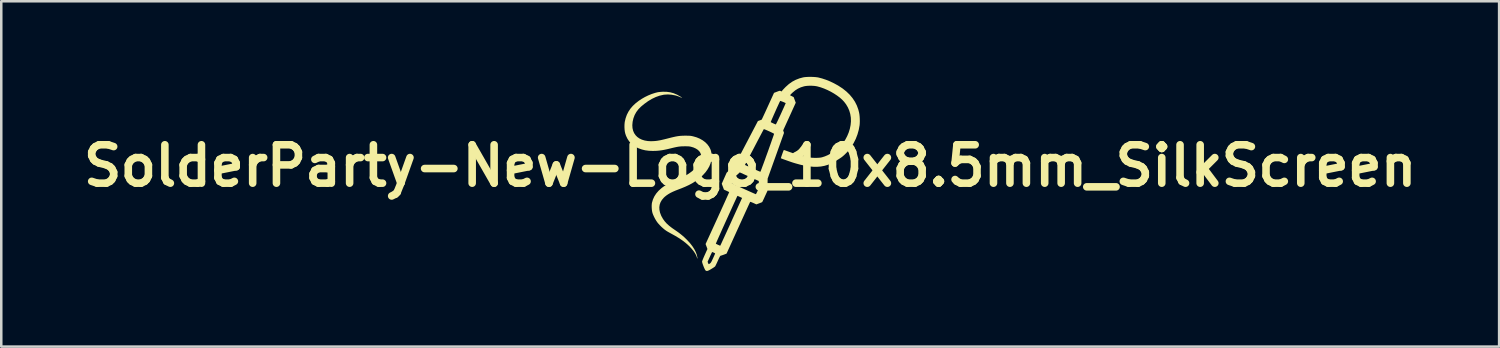
<source format=kicad_pcb>
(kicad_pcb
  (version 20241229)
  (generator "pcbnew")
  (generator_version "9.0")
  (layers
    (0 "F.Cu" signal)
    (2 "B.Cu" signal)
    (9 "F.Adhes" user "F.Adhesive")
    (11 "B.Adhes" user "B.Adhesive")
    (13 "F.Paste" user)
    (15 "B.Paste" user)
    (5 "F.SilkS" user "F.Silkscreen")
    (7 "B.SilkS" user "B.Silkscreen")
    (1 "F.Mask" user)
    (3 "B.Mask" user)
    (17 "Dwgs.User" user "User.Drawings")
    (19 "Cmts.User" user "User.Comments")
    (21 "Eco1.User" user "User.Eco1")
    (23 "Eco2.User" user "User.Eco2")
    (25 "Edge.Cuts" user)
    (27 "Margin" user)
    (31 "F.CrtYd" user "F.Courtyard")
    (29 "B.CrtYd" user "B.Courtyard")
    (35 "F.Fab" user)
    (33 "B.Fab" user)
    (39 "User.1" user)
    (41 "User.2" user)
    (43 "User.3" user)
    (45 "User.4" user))
  (footprint "SolderParty-New-Logo_10x8.5mm_SilkScreen"
    (layer "F.Cu")
    (at 26.714 3.528)
    (property "Reference" "SolderParty-New-Logo_10x8.5mm_SilkScreen" (at 0 0 0) (layer "F.SilkS") (effects (font (size 1.524 1.524) (thickness 0.3))))
    (attr through_hole)
    (fp_poly (pts (xy -3.319 -2.936) (xy -3.177 -2.917) (xy -3.04 -2.88) (xy -2.906 -2.824) (xy -2.773 -2.749) (xy -2.768 -2.745) (xy -2.729 -2.719) (xy -2.707 -2.703) (xy -2.702 -2.696) (xy -2.715 -2.698) (xy -2.737 -2.707) (xy -2.801 -2.734) (xy -2.852 -2.755) (xy -2.896 -2.77) (xy -2.938 -2.783) (xy -2.966 -2.791) (xy -3.118 -2.82) (xy -3.265 -2.831) (xy -3.408 -2.822) (xy -3.446 -2.816) (xy -3.598 -2.781) (xy -3.749 -2.727) (xy -3.9 -2.655) (xy -4.052 -2.564) (xy -4.205 -2.453) (xy -4.333 -2.347) (xy -4.434 -2.245) (xy -4.518 -2.134) (xy -4.585 -2.013) (xy -4.634 -1.882) (xy -4.666 -1.742) (xy -4.666 -1.736) (xy -4.677 -1.612) (xy -4.67 -1.498) (xy -4.646 -1.394) (xy -4.607 -1.3) (xy -4.551 -1.217) (xy -4.481 -1.145) (xy -4.396 -1.085) (xy -4.298 -1.038) (xy -4.186 -1.003) (xy -4.062 -0.982) (xy -3.927 -0.975) (xy -3.802 -0.981) (xy -3.743 -0.986) (xy -3.684 -0.994) (xy -3.624 -1.004) (xy -3.558 -1.016) (xy -3.483 -1.033) (xy -3.398 -1.053) (xy -3.298 -1.078) (xy -3.24 -1.093) (xy -3.13 -1.121) (xy -3.036 -1.143) (xy -2.954 -1.161) (xy -2.88 -1.174) (xy -2.81 -1.184) (xy -2.741 -1.19) (xy -2.67 -1.193) (xy -2.593 -1.195) (xy -2.57 -1.195) (xy -2.499 -1.194) (xy -2.444 -1.193) (xy -2.4 -1.191) (xy -2.363 -1.188) (xy -2.327 -1.182) (xy -2.289 -1.174) (xy -2.262 -1.168) (xy -2.124 -1.128) (xy -1.998 -1.075) (xy -1.884 -1.01) (xy -1.784 -0.935) (xy -1.699 -0.85) (xy -1.63 -0.756) (xy -1.578 -0.654) (xy -1.556 -0.59) (xy -1.531 -0.469) (xy -1.526 -0.347) (xy -1.539 -0.225) (xy -1.571 -0.102) (xy -1.62 0.019) (xy -1.688 0.138) (xy -1.771 0.254) (xy -1.872 0.366) (xy -1.988 0.474) (xy -2.119 0.576) (xy -2.266 0.672) (xy -2.301 0.693) (xy -2.428 0.761) (xy -2.574 0.829) (xy -2.736 0.896) (xy -2.825 0.93) (xy -2.954 0.98) (xy -3.066 1.028) (xy -3.163 1.075) (xy -3.247 1.124) (xy -3.321 1.174) (xy -3.388 1.228) (xy -3.431 1.269) (xy -3.503 1.354) (xy -3.557 1.445) (xy -3.591 1.541) (xy -3.606 1.642) (xy -3.601 1.747) (xy -3.578 1.857) (xy -3.535 1.971) (xy -3.518 2.006) (xy -3.461 2.107) (xy -3.393 2.201) (xy -3.313 2.291) (xy -3.218 2.377) (xy -3.107 2.463) (xy -3.039 2.511) (xy -2.932 2.584) (xy -2.84 2.649) (xy -2.759 2.712) (xy -2.685 2.773) (xy -2.614 2.835) (xy -2.544 2.903) (xy -2.48 2.968) (xy -2.378 3.081) (xy -2.29 3.196) (xy -2.217 3.309) (xy -2.16 3.421) (xy -2.12 3.528) (xy -2.097 3.629) (xy -2.097 3.634) (xy -2.094 3.663) (xy -2.095 3.68) (xy -2.099 3.681) (xy -2.105 3.669) (xy -2.11 3.652) (xy -2.118 3.625) (xy -2.12 3.616) (xy -2.149 3.544) (xy -2.193 3.465) (xy -2.251 3.38) (xy -2.32 3.294) (xy -2.399 3.208) (xy -2.432 3.175) (xy -2.547 3.072) (xy -2.672 2.974) (xy -2.81 2.879) (xy -2.965 2.785) (xy -3.1 2.71) (xy -3.157 2.679) (xy -3.216 2.646) (xy -3.271 2.615) (xy -3.316 2.588) (xy -3.329 2.579) (xy -3.389 2.537) (xy -3.455 2.482) (xy -3.524 2.42) (xy -3.59 2.353) (xy -3.649 2.288) (xy -3.686 2.242) (xy -3.73 2.177) (xy -3.775 2.101) (xy -3.816 2.021) (xy -3.851 1.943) (xy -3.877 1.873) (xy -3.88 1.861) (xy -3.894 1.798) (xy -3.903 1.724) (xy -3.908 1.645) (xy -3.908 1.569) (xy -3.903 1.501) (xy -3.897 1.465) (xy -3.859 1.336) (xy -3.803 1.214) (xy -3.728 1.099) (xy -3.634 0.99) (xy -3.522 0.889) (xy -3.505 0.875) (xy -3.447 0.832) (xy -3.39 0.792) (xy -3.332 0.756) (xy -3.269 0.721) (xy -3.198 0.686) (xy -3.115 0.648) (xy -3.018 0.606) (xy -2.97 0.586) (xy -2.782 0.503) (xy -2.614 0.417) (xy -2.465 0.329) (xy -2.335 0.237) (xy -2.222 0.143) (xy -2.128 0.045) (xy -2.105 0.017) (xy -2.036 -0.08) (xy -1.986 -0.174) (xy -1.955 -0.264) (xy -1.943 -0.35) (xy -1.949 -0.431) (xy -1.974 -0.505) (xy -2.017 -0.573) (xy -2.078 -0.633) (xy -2.156 -0.684) (xy -2.251 -0.727) (xy -2.335 -0.752) (xy -2.373 -0.761) (xy -2.41 -0.767) (xy -2.448 -0.771) (xy -2.495 -0.773) (xy -2.553 -0.774) (xy -2.595 -0.774) (xy -2.665 -0.773) (xy -2.728 -0.771) (xy -2.787 -0.766) (xy -2.846 -0.759) (xy -2.91 -0.748) (xy -2.982 -0.733) (xy -3.065 -0.714) (xy -3.158 -0.691) (xy -3.292 -0.659) (xy -3.41 -0.634) (xy -3.519 -0.615) (xy -3.621 -0.602) (xy -3.721 -0.594) (xy -3.823 -0.591) (xy -3.864 -0.59) (xy -4.021 -0.596) (xy -4.166 -0.615) (xy -4.3 -0.648) (xy -4.429 -0.694) (xy -4.495 -0.725) (xy -4.612 -0.793) (xy -4.713 -0.873) (xy -4.799 -0.966) (xy -4.87 -1.072) (xy -4.927 -1.191) (xy -4.956 -1.277) (xy -4.973 -1.351) (xy -4.984 -1.438) (xy -4.989 -1.531) (xy -4.988 -1.624) (xy -4.981 -1.71) (xy -4.976 -1.746) (xy -4.942 -1.89) (xy -4.894 -2.024) (xy -4.831 -2.148) (xy -4.753 -2.265) (xy -4.659 -2.375) (xy -4.547 -2.48) (xy -4.417 -2.581) (xy -4.305 -2.655) (xy -4.18 -2.727) (xy -4.045 -2.793) (xy -3.907 -2.849) (xy -3.771 -2.893) (xy -3.68 -2.916) (xy -3.64 -2.923) (xy -3.587 -2.929) (xy -3.528 -2.934) (xy -3.47 -2.938) (xy -3.469 -2.938)) (stroke (width 0) (type solid)) (fill yes) (layer "F.SilkS"))
    (fp_poly (pts (xy 2.507 -3.525) (xy 2.592 -3.519) (xy 2.667 -3.51) (xy 2.705 -3.503) (xy 2.852 -3.465) (xy 3.008 -3.413) (xy 3.167 -3.349) (xy 3.325 -3.273) (xy 3.478 -3.189) (xy 3.502 -3.175) (xy 3.669 -3.065) (xy 3.818 -2.946) (xy 3.949 -2.819) (xy 4.061 -2.684) (xy 4.156 -2.541) (xy 4.232 -2.39) (xy 4.29 -2.23) (xy 4.32 -2.113) (xy 4.333 -2.039) (xy 4.342 -1.953) (xy 4.347 -1.86) (xy 4.349 -1.766) (xy 4.346 -1.679) (xy 4.341 -1.614) (xy 4.308 -1.431) (xy 4.257 -1.248) (xy 4.189 -1.07) (xy 4.103 -0.899) (xy 4.003 -0.737) (xy 3.936 -0.647) (xy 3.884 -0.584) (xy 3.823 -0.519) (xy 3.759 -0.455) (xy 3.696 -0.397) (xy 3.639 -0.35) (xy 3.627 -0.341) (xy 3.579 -0.308) (xy 3.519 -0.269) (xy 3.453 -0.228) (xy 3.383 -0.186) (xy 3.316 -0.148) (xy 3.256 -0.115) (xy 3.207 -0.091) (xy 3.205 -0.09) (xy 3.076 -0.037) (xy 2.944 0.002) (xy 2.806 0.028) (xy 2.661 0.04) (xy 2.509 0.039) (xy 2.347 0.025) (xy 2.175 -0.002) (xy 1.992 -0.043) (xy 1.795 -0.097) (xy 1.735 -0.115) (xy 1.69 -0.129) (xy 1.636 -0.147) (xy 1.576 -0.168) (xy 1.512 -0.19) (xy 1.448 -0.213) (xy 1.386 -0.235) (xy 1.33 -0.255) (xy 1.282 -0.273) (xy 1.245 -0.287) (xy 1.223 -0.297) (xy 1.217 -0.3) (xy 1.219 -0.31) (xy 1.226 -0.335) (xy 1.238 -0.372) (xy 1.253 -0.416) (xy 1.27 -0.464) (xy 1.287 -0.512) (xy 1.303 -0.556) (xy 1.318 -0.592) (xy 1.329 -0.618) (xy 1.334 -0.628) (xy 1.344 -0.625) (xy 1.37 -0.617) (xy 1.408 -0.604) (xy 1.457 -0.586) (xy 1.512 -0.566) (xy 1.515 -0.565) (xy 1.698 -0.5) (xy 1.867 -0.445) (xy 2.025 -0.4) (xy 2.177 -0.363) (xy 2.295 -0.339) (xy 2.373 -0.327) (xy 2.459 -0.319) (xy 2.549 -0.315) (xy 2.638 -0.315) (xy 2.721 -0.319) (xy 2.794 -0.326) (xy 2.852 -0.338) (xy 2.852 -0.338) (xy 2.963 -0.374) (xy 3.076 -0.422) (xy 3.193 -0.484) (xy 3.318 -0.56) (xy 3.381 -0.602) (xy 3.494 -0.69) (xy 3.598 -0.794) (xy 3.692 -0.912) (xy 3.776 -1.041) (xy 3.848 -1.178) (xy 3.908 -1.321) (xy 3.953 -1.468) (xy 3.983 -1.616) (xy 3.997 -1.762) (xy 3.993 -1.905) (xy 3.992 -1.915) (xy 3.969 -2.058) (xy 3.93 -2.191) (xy 3.875 -2.317) (xy 3.803 -2.439) (xy 3.726 -2.54) (xy 3.648 -2.623) (xy 3.553 -2.707) (xy 3.445 -2.788) (xy 3.325 -2.867) (xy 3.198 -2.94) (xy 3.066 -3.006) (xy 2.932 -3.064) (xy 2.799 -3.112) (xy 2.671 -3.148) (xy 2.625 -3.158) (xy 2.55 -3.169) (xy 2.465 -3.175) (xy 2.376 -3.177) (xy 2.288 -3.174) (xy 2.207 -3.166) (xy 2.14 -3.154) (xy 2.136 -3.153) (xy 2.01 -3.114) (xy 1.895 -3.061) (xy 1.787 -2.993) (xy 1.684 -2.907) (xy 1.666 -2.891) (xy 1.632 -2.857) (xy 1.605 -2.829) (xy 1.587 -2.809) (xy 1.58 -2.8) (xy 1.58 -2.8) (xy 1.591 -2.794) (xy 1.615 -2.781) (xy 1.647 -2.765) (xy 1.654 -2.761) (xy 1.724 -2.726) (xy 1.807 -2.502) (xy 1.558 -1.954) (xy 1.308 -1.406) (xy 1.341 -1.306) (xy 1.017 -0.398) (xy 0.692 0.509) (xy 0.688 0.752) (xy 0.685 0.995) (xy 0.585 1.21) (xy 0.557 1.272) (xy 0.531 1.327) (xy 0.509 1.374) (xy 0.492 1.409) (xy 0.481 1.431) (xy 0.478 1.437) (xy 0.466 1.444) (xy 0.439 1.457) (xy 0.401 1.472) (xy 0.357 1.489) (xy 0.244 1.531) (xy 0.125 1.476) (xy 0.071 1.453) (xy 0.034 1.438) (xy 0.01 1.431) (xy -0.002 1.432) (xy -0.003 1.434) (xy -0.008 1.444) (xy -0.021 1.472) (xy -0.041 1.515) (xy -0.068 1.573) (xy -0.101 1.645) (xy -0.139 1.729) (xy -0.183 1.824) (xy -0.231 1.93) (xy -0.283 2.044) (xy -0.338 2.165) (xy -0.397 2.294) (xy -0.457 2.427) (xy -0.475 2.465) (xy -0.938 3.484) (xy -1.041 3.524) (xy -1.086 3.54) (xy -1.126 3.553) (xy -1.156 3.563) (xy -1.169 3.566) (xy -1.178 3.569) (xy -1.187 3.577) (xy -1.199 3.593) (xy -1.213 3.618) (xy -1.232 3.655) (xy -1.256 3.707) (xy -1.284 3.768) (xy -1.311 3.828) (xy -1.337 3.883) (xy -1.359 3.929) (xy -1.377 3.965) (xy -1.388 3.986) (xy -1.39 3.99) (xy -1.404 4.002) (xy -1.431 4.022) (xy -1.469 4.048) (xy -1.514 4.076) (xy -1.539 4.091) (xy -1.601 4.128) (xy -1.65 4.153) (xy -1.688 4.168) (xy -1.719 4.173) (xy -1.743 4.169) (xy -1.766 4.156) (xy -1.774 4.149) (xy -1.787 4.131) (xy -1.804 4.099) (xy -1.824 4.055) (xy -1.845 4.005) (xy -1.865 3.952) (xy -1.884 3.901) (xy -1.898 3.856) (xy -1.907 3.82) (xy -1.909 3.806) (xy -1.69 3.806) (xy -1.673 3.854) (xy -1.661 3.881) (xy -1.65 3.898) (xy -1.645 3.901) (xy -1.631 3.896) (xy -1.608 3.882) (xy -1.595 3.873) (xy -1.58 3.862) (xy -1.567 3.848) (xy -1.553 3.828) (xy -1.537 3.8) (xy -1.517 3.761) (xy -1.493 3.708) (xy -1.473 3.666) (xy -1.448 3.611) (xy -1.426 3.561) (xy -1.408 3.521) (xy -1.396 3.492) (xy -1.391 3.479) (xy -1.39 3.478) (xy -1.398 3.471) (xy -1.419 3.459) (xy -1.447 3.445) (xy -1.475 3.433) (xy -1.498 3.424) (xy -1.508 3.421) (xy -1.515 3.43) (xy -1.528 3.454) (xy -1.546 3.492) (xy -1.569 3.539) (xy -1.594 3.594) (xy -1.603 3.614) (xy -1.69 3.806) (xy -1.909 3.806) (xy -1.91 3.801) (xy -1.906 3.784) (xy -1.894 3.751) (xy -1.876 3.705) (xy -1.853 3.649) (xy -1.825 3.585) (xy -1.803 3.536) (xy -1.697 3.301) (xy -1.733 3.203) (xy -1.77 3.104) (xy -1.764 3.091) (xy -1.363 3.091) (xy -1.351 3.098) (xy -1.326 3.111) (xy -1.294 3.126) (xy -1.259 3.142) (xy -1.226 3.157) (xy -1.201 3.167) (xy -1.189 3.171) (xy -1.185 3.162) (xy -1.172 3.136) (xy -1.152 3.095) (xy -1.126 3.038) (xy -1.094 2.968) (xy -1.056 2.886) (xy -1.013 2.793) (xy -0.966 2.69) (xy -0.915 2.579) (xy -0.861 2.46) (xy -0.803 2.334) (xy -0.753 2.223) (xy -0.322 1.276) (xy -0.412 1.233) (xy -0.451 1.215) (xy -0.481 1.201) (xy -0.501 1.194) (xy -0.505 1.193) (xy -0.511 1.204) (xy -0.525 1.232) (xy -0.545 1.275) (xy -0.571 1.332) (xy -0.603 1.401) (xy -0.64 1.48) (xy -0.68 1.569) (xy -0.724 1.666) (xy -0.771 1.769) (xy -0.82 1.877) (xy -0.871 1.989) (xy -0.922 2.102) (xy -0.974 2.216) (xy -1.025 2.329) (xy -1.075 2.439) (xy -1.123 2.546) (xy -1.168 2.647) (xy -1.21 2.742) (xy -1.249 2.828) (xy -1.283 2.905) (xy -1.312 2.97) (xy -1.335 3.023) (xy -1.352 3.062) (xy -1.361 3.085) (xy -1.363 3.091) (xy -1.764 3.091) (xy -1.299 2.076) (xy -1.238 1.941) (xy -1.178 1.811) (xy -1.122 1.687) (xy -1.069 1.571) (xy -1.02 1.463) (xy -0.976 1.365) (xy -0.937 1.277) (xy -0.903 1.202) (xy -0.875 1.14) (xy -0.854 1.092) (xy -0.841 1.06) (xy -0.834 1.044) (xy -0.834 1.043) (xy -0.845 1.037) (xy -0.87 1.025) (xy -0.905 1.008) (xy -0.941 0.991) (xy -1.042 0.945) (xy -1.129 0.711) (xy -1.122 0.696) (xy -0.726 0.696) (xy -0.726 0.698) (xy -0.715 0.704) (xy -0.688 0.717) (xy -0.647 0.736) (xy -0.595 0.761) (xy -0.532 0.789) (xy -0.462 0.821) (xy -0.386 0.856) (xy -0.307 0.892) (xy -0.226 0.928) (xy -0.146 0.964) (xy -0.069 0.999) (xy 0.004 1.031) (xy 0.07 1.061) (xy 0.127 1.086) (xy 0.172 1.106) (xy 0.205 1.119) (xy 0.222 1.126) (xy 0.225 1.127) (xy 0.232 1.117) (xy 0.246 1.093) (xy 0.264 1.057) (xy 0.285 1.014) (xy 0.287 1.01) (xy 0.339 0.895) (xy 0.34 0.749) (xy 0.34 0.603) (xy 0.113 0.5) (xy 0.039 0.467) (xy -0.039 0.431) (xy -0.116 0.396) (xy -0.187 0.364) (xy -0.247 0.337) (xy -0.264 0.329) (xy -0.414 0.261) (xy -0.511 0.351) (xy -0.548 0.385) (xy -0.58 0.415) (xy -0.604 0.439) (xy -0.617 0.452) (xy -0.618 0.453) (xy -0.627 0.468) (xy -0.642 0.496) (xy -0.659 0.532) (xy -0.677 0.573) (xy -0.695 0.614) (xy -0.71 0.651) (xy -0.721 0.679) (xy -0.726 0.696) (xy -1.122 0.696) (xy -1.032 0.493) (xy -0.935 0.275) (xy -0.622 -0.034) (xy -0.209 -0.034) (xy 0.093 0.103) (xy 0.166 0.135) (xy 0.232 0.165) (xy 0.291 0.191) (xy 0.34 0.212) (xy 0.377 0.227) (xy 0.399 0.235) (xy 0.405 0.237) (xy 0.409 0.227) (xy 0.42 0.2) (xy 0.437 0.157) (xy 0.459 0.099) (xy 0.485 0.028) (xy 0.516 -0.054) (xy 0.55 -0.147) (xy 0.587 -0.248) (xy 0.626 -0.358) (xy 0.668 -0.473) (xy 0.682 -0.511) (xy 0.724 -0.628) (xy 0.763 -0.739) (xy 0.801 -0.844) (xy 0.835 -0.941) (xy 0.865 -1.028) (xy 0.892 -1.104) (xy 0.914 -1.167) (xy 0.931 -1.216) (xy 0.942 -1.25) (xy 0.947 -1.267) (xy 0.947 -1.269) (xy 0.938 -1.276) (xy 0.913 -1.291) (xy 0.877 -1.309) (xy 0.832 -1.331) (xy 0.782 -1.355) (xy 0.729 -1.379) (xy 0.677 -1.402) (xy 0.629 -1.423) (xy 0.589 -1.439) (xy 0.558 -1.45) (xy 0.542 -1.454) (xy 0.54 -1.454) (xy 0.534 -1.444) (xy 0.52 -1.417) (xy 0.498 -1.376) (xy 0.469 -1.322) (xy 0.434 -1.255) (xy 0.393 -1.178) (xy 0.348 -1.092) (xy 0.298 -0.998) (xy 0.246 -0.898) (xy 0.205 -0.82) (xy 0.15 -0.714) (xy 0.096 -0.611) (xy 0.044 -0.514) (xy -0.003 -0.423) (xy -0.047 -0.34) (xy -0.085 -0.267) (xy -0.117 -0.206) (xy -0.142 -0.159) (xy -0.159 -0.126) (xy -0.166 -0.115) (xy -0.209 -0.034) (xy -0.622 -0.034) (xy -0.59 -0.065) (xy 0.284 -1.733) (xy 0.814 -1.733) (xy 0.827 -1.725) (xy 0.853 -1.712) (xy 0.887 -1.696) (xy 0.925 -1.678) (xy 0.962 -1.662) (xy 0.993 -1.649) (xy 1.012 -1.642) (xy 1.016 -1.641) (xy 1.022 -1.65) (xy 1.036 -1.675) (xy 1.056 -1.715) (xy 1.082 -1.768) (xy 1.112 -1.831) (xy 1.146 -1.904) (xy 1.184 -1.985) (xy 1.219 -2.062) (xy 1.258 -2.148) (xy 1.294 -2.228) (xy 1.327 -2.3) (xy 1.355 -2.363) (xy 1.378 -2.415) (xy 1.395 -2.454) (xy 1.405 -2.478) (xy 1.408 -2.486) (xy 1.394 -2.495) (xy 1.367 -2.507) (xy 1.333 -2.523) (xy 1.294 -2.539) (xy 1.255 -2.554) (xy 1.222 -2.566) (xy 1.199 -2.573) (xy 1.19 -2.574) (xy 1.183 -2.562) (xy 1.169 -2.534) (xy 1.149 -2.493) (xy 1.125 -2.44) (xy 1.097 -2.379) (xy 1.065 -2.31) (xy 1.032 -2.237) (xy 0.999 -2.162) (xy 0.965 -2.086) (xy 0.932 -2.012) (xy 0.902 -1.942) (xy 0.874 -1.879) (xy 0.851 -1.824) (xy 0.832 -1.781) (xy 0.82 -1.75) (xy 0.814 -1.734) (xy 0.814 -1.733) (xy 0.284 -1.733) (xy 0.306 -1.776) (xy 0.377 -1.801) (xy 0.413 -1.814) (xy 0.441 -1.825) (xy 0.456 -1.833) (xy 0.457 -1.834) (xy 0.462 -1.844) (xy 0.475 -1.871) (xy 0.495 -1.913) (xy 0.521 -1.968) (xy 0.552 -2.035) (xy 0.588 -2.112) (xy 0.627 -2.197) (xy 0.669 -2.289) (xy 0.705 -2.368) (xy 0.945 -2.894) (xy 1.06 -2.938) (xy 1.108 -2.956) (xy 1.142 -2.968) (xy 1.165 -2.974) (xy 1.181 -2.975) (xy 1.195 -2.972) (xy 1.21 -2.965) (xy 1.245 -2.949) (xy 1.275 -2.988) (xy 1.292 -3.009) (xy 1.321 -3.04) (xy 1.357 -3.078) (xy 1.397 -3.119) (xy 1.41 -3.132) (xy 1.534 -3.243) (xy 1.665 -3.336) (xy 1.805 -3.411) (xy 1.955 -3.469) (xy 2.1 -3.508) (xy 2.162 -3.518) (xy 2.239 -3.524) (xy 2.325 -3.528) (xy 2.416 -3.528)) (stroke (width 0) (type solid)) (fill yes) (layer "F.SilkS")))
  (gr_rect
    (start -3 -3)
    (end 56.427 10.701)
    (stroke (width 0.1) (type default))
    (fill no)
    (layer "Edge.Cuts")))
</source>
